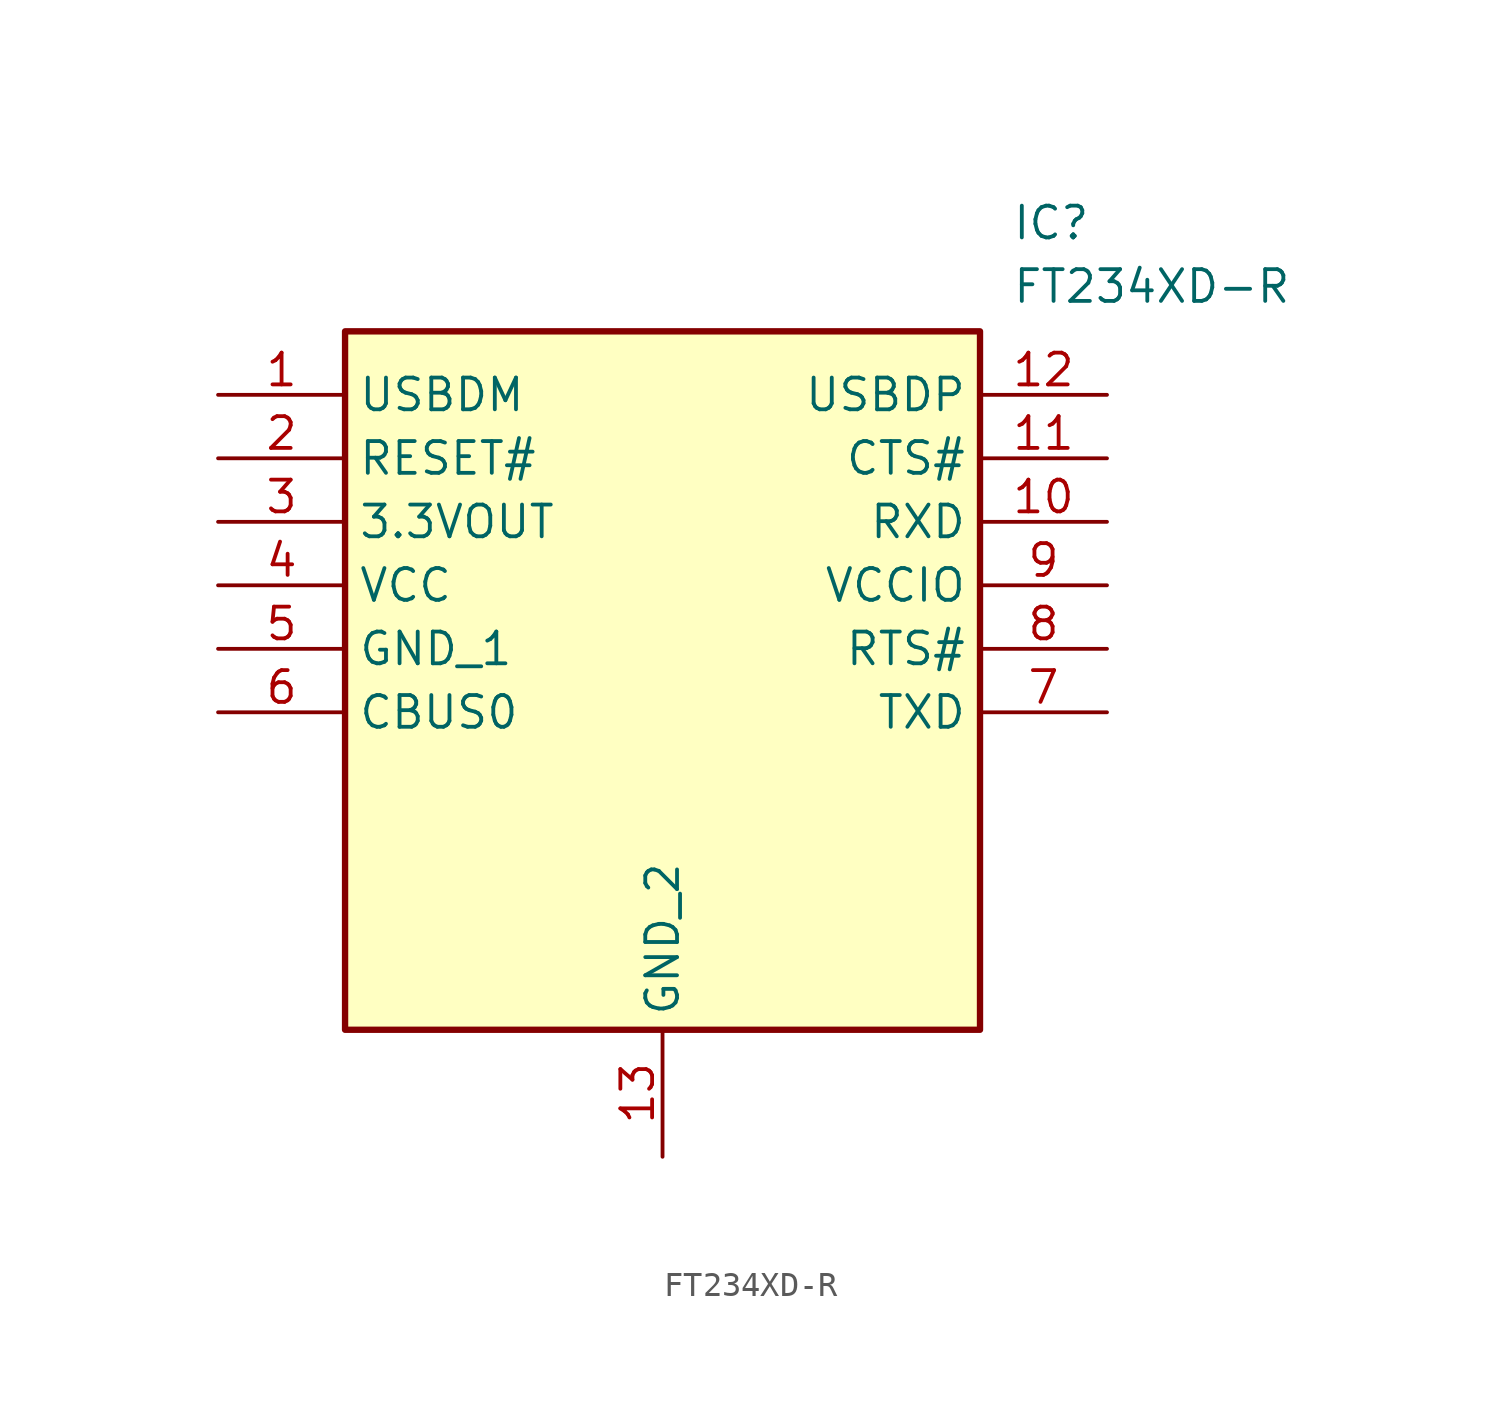
<source format=kicad_sym>
(kicad_symbol_lib
  (version 20211014)
  (generator SamacSys_ECAD_Model)
  (symbol "FT234XD-R"
    (property "Reference" "IC"
      (at 31.75 7.62 0)
      (effects (font (size 1.27 1.27)) (justify left top)))
    (property "Value" "FT234XD-R"
      (at 31.75 5.08 0)
      (effects (font (size 1.27 1.27)) (justify left top)))
    (rectangle
      (start 5.08 2.54)
      (end 30.48 -25.4)
      (stroke (width 0.254) (type default))
      (fill (type background)))
    (pin bidirectional line
      (at 0 0 0)
      (length 5.08)
      (name "USBDM" (effects (font (size 1.27 1.27))))
      (number "1" (effects (font (size 1.27 1.27)))))
    (pin input line
      (at 0 -2.54 0)
      (length 5.08)
      (name "RESET#" (effects (font (size 1.27 1.27))))
      (number "2" (effects (font (size 1.27 1.27)))))
    (pin output line
      (at 0 -5.08 0)
      (length 5.08)
      (name "3.3VOUT" (effects (font (size 1.27 1.27))))
      (number "3" (effects (font (size 1.27 1.27)))))
    (pin power_in line
      (at 0 -7.62 0)
      (length 5.08)
      (name "VCC" (effects (font (size 1.27 1.27))))
      (number "4" (effects (font (size 1.27 1.27)))))
    (pin power_in line
      (at 0 -10.16 0)
      (length 5.08)
      (name "GND_1" (effects (font (size 1.27 1.27))))
      (number "5" (effects (font (size 1.27 1.27)))))
    (pin bidirectional line
      (at 0 -12.7 0)
      (length 5.08)
      (name "CBUS0" (effects (font (size 1.27 1.27))))
      (number "6" (effects (font (size 1.27 1.27)))))
    (pin power_in line
      (at 17.78 -30.48 90)
      (length 5.08)
      (name "GND_2" (effects (font (size 1.27 1.27))))
      (number "13" (effects (font (size 1.27 1.27)))))
    (pin bidirectional line
      (at 35.56 0 180)
      (length 5.08)
      (name "USBDP" (effects (font (size 1.27 1.27))))
      (number "12" (effects (font (size 1.27 1.27)))))
    (pin input line
      (at 35.56 -2.54 180)
      (length 5.08)
      (name "CTS#" (effects (font (size 1.27 1.27))))
      (number "11" (effects (font (size 1.27 1.27)))))
    (pin input line
      (at 35.56 -5.08 180)
      (length 5.08)
      (name "RXD" (effects (font (size 1.27 1.27))))
      (number "10" (effects (font (size 1.27 1.27)))))
    (pin power_in line
      (at 35.56 -7.62 180)
      (length 5.08)
      (name "VCCIO" (effects (font (size 1.27 1.27))))
      (number "9" (effects (font (size 1.27 1.27)))))
    (pin output line
      (at 35.56 -10.16 180)
      (length 5.08)
      (name "RTS#" (effects (font (size 1.27 1.27))))
      (number "8" (effects (font (size 1.27 1.27)))))
    (pin output line
      (at 35.56 -12.7 180)
      (length 5.08)
      (name "TXD" (effects (font (size 1.27 1.27))))
      (number "7" (effects (font (size 1.27 1.27)))))))
</source>
